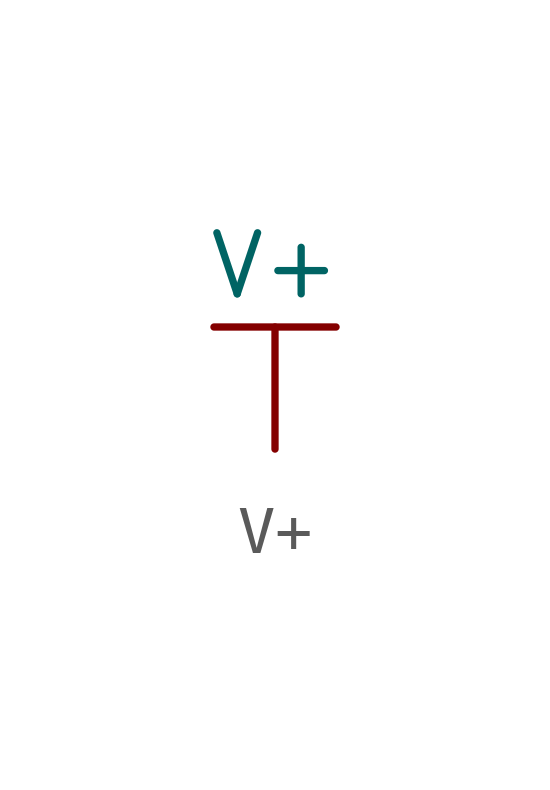
<source format=kicad_sym>
(kicad_symbol_lib
  (version 20220914)
  (generator kicad_symbol_editor)
  (symbol "V+"
    (power)
    (pin_names
      (offset 0))
    (property "Reference" "#PWR"
      (at 0 -3.81 0)
      (effects (font (size 1.27 1.27)) hide))
    (property "Value" "V+"
      (at 0 3.81 0)
      (effects (font (size 1.27 1.27))))
    (symbol "V+_1_1"
      (polyline (pts (xy -1.27 2.54) (xy 1.27 2.54)) (stroke (width 0) (type solid)) (fill (type none)))
      (polyline (pts (xy 0 0) (xy 0 2.54)) (stroke (width 0) (type solid)) (fill (type none)))
      (pin power_in line (at 0 0 90) (length 0) hide (name "V+" (effects (font (size 1.27 1.27)))) (number "1" (effects (font (size 1.27 1.27))))))))
</source>
